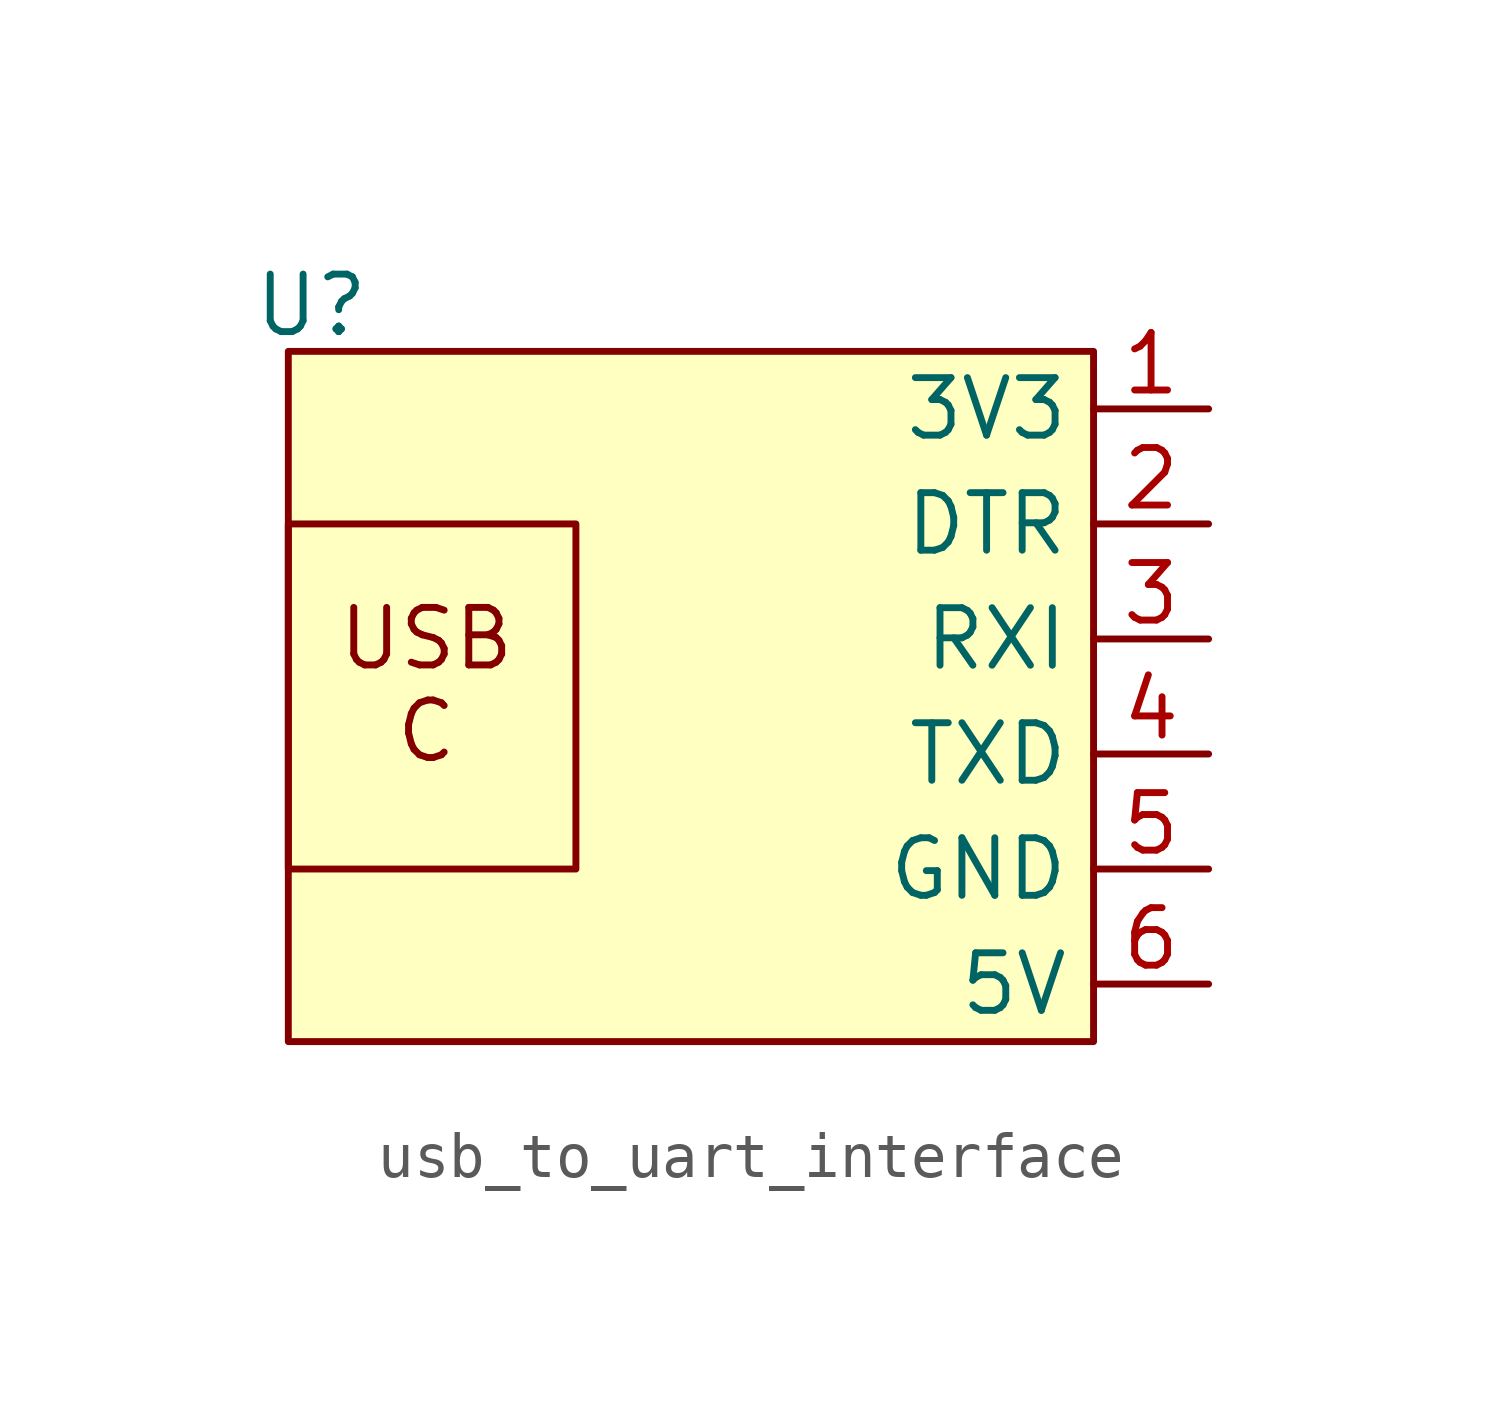
<source format=kicad_sym>
(kicad_symbol_lib
  (version 20231120)
  (generator "kicad_symbol_editor")
  (generator_version "8.0")
  (symbol "usb_to_uart_interface"
    (property "Reference" "U"
      (at -8.382 8.636 0)
      (effects (font (size 1.27 1.27))))
    (property "Value" ""
      (at 0 0 0)
      (effects (font (size 1.27 1.27))))
    (symbol "usb_to_uart_interface_1_1"
      (rectangle (start -8.89 3.81) (end -2.54 -3.81) (stroke (width 0) (type default)) (fill (type none)))
      (rectangle (start -8.89 7.62) (end 8.89 -7.62) (stroke (width 0) (type default)) (fill (type background)))
      (text "USB\nC" (at -5.842 0.254 0) (effects (font (size 1.27 1.27))))
      (pin power_out line (at 11.43 6.35 180) (length 2.54) (name "3V3" (effects (font (size 1.27 1.27)))) (number "1" (effects (font (size 1.27 1.27)))))
      (pin output line (at 11.43 3.81 180) (length 2.54) (name "DTR" (effects (font (size 1.27 1.27)))) (number "2" (effects (font (size 1.27 1.27)))))
      (pin input line (at 11.43 1.27 180) (length 2.54) (name "RXI" (effects (font (size 1.27 1.27)))) (number "3" (effects (font (size 1.27 1.27)))))
      (pin output line (at 11.43 -1.27 180) (length 2.54) (name "TXD" (effects (font (size 1.27 1.27)))) (number "4" (effects (font (size 1.27 1.27)))))
      (pin power_out line (at 11.43 -3.81 180) (length 2.54) (name "GND" (effects (font (size 1.27 1.27)))) (number "5" (effects (font (size 1.27 1.27)))))
      (pin power_out line (at 11.43 -6.35 180) (length 2.54) (name "5V" (effects (font (size 1.27 1.27)))) (number "6" (effects (font (size 1.27 1.27))))))))
</source>
